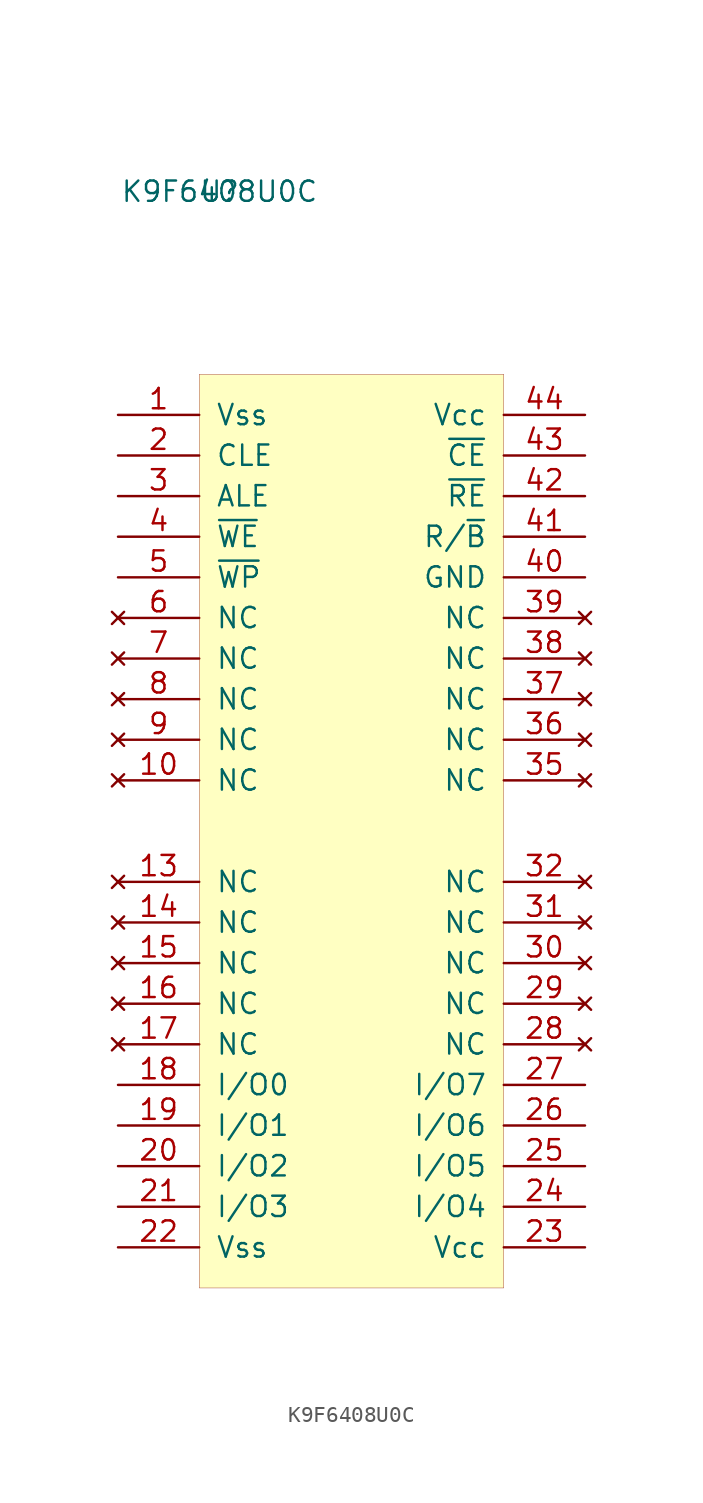
<source format=kicad_sym>
(kicad_symbol_lib
  (version 20220914)
  (generator kicad_symbol_editor)
  (symbol "K9F6408U0C"
    (pin_names
      (offset 1.016))
    (property "Reference" "U"
      (at 0 29.21 0)
      (effects (font (size 1.27 1.27))))
    (property "Value" "K9F6408U0C"
      (at 0 29.21 0)
      (effects (font (size 1.27 1.27))))
    (symbol "K9F6408U0C_0_1"
      (rectangle (start -1.27 17.78) (end 17.78 -39.37) (stroke (width 0.001) (type default)) (fill (type background))))
    (symbol "K9F6408U0C_1_1"
      (pin passive line (at -6.35 15.24 0) (length 5.08) (name "Vss" (effects (font (size 1.27 1.27)))) (number "1" (effects (font (size 1.27 1.27)))))
      (pin no_connect line (at -6.35 -7.62 0) (length 5.08) (name "NC" (effects (font (size 1.27 1.27)))) (number "10" (effects (font (size 1.27 1.27)))))
      (pin no_connect line (at -6.35 -13.97 0) (length 5.08) (name "NC" (effects (font (size 1.27 1.27)))) (number "13" (effects (font (size 1.27 1.27)))))
      (pin no_connect line (at -6.35 -16.51 0) (length 5.08) (name "NC" (effects (font (size 1.27 1.27)))) (number "14" (effects (font (size 1.27 1.27)))))
      (pin no_connect line (at -6.35 -19.05 0) (length 5.08) (name "NC" (effects (font (size 1.27 1.27)))) (number "15" (effects (font (size 1.27 1.27)))))
      (pin no_connect line (at -6.35 -21.59 0) (length 5.08) (name "NC" (effects (font (size 1.27 1.27)))) (number "16" (effects (font (size 1.27 1.27)))))
      (pin no_connect line (at -6.35 -24.13 0) (length 5.08) (name "NC" (effects (font (size 1.27 1.27)))) (number "17" (effects (font (size 1.27 1.27)))))
      (pin bidirectional line (at -6.35 -26.67 0) (length 5.08) (name "I/O0" (effects (font (size 1.27 1.27)))) (number "18" (effects (font (size 1.27 1.27)))))
      (pin bidirectional line (at -6.35 -29.21 0) (length 5.08) (name "I/O1" (effects (font (size 1.27 1.27)))) (number "19" (effects (font (size 1.27 1.27)))))
      (pin input line (at -6.35 12.7 0) (length 5.08) (name "CLE" (effects (font (size 1.27 1.27)))) (number "2" (effects (font (size 1.27 1.27)))))
      (pin bidirectional line (at -6.35 -31.75 0) (length 5.08) (name "I/O2" (effects (font (size 1.27 1.27)))) (number "20" (effects (font (size 1.27 1.27)))))
      (pin bidirectional line (at -6.35 -34.29 0) (length 5.08) (name "I/O3" (effects (font (size 1.27 1.27)))) (number "21" (effects (font (size 1.27 1.27)))))
      (pin passive line (at -6.35 -36.83 0) (length 5.08) (name "Vss" (effects (font (size 1.27 1.27)))) (number "22" (effects (font (size 1.27 1.27)))))
      (pin power_in line (at 22.86 -36.83 180) (length 5.08) (name "Vcc" (effects (font (size 1.27 1.27)))) (number "23" (effects (font (size 1.27 1.27)))))
      (pin bidirectional line (at 22.86 -34.29 180) (length 5.08) (name "I/O4" (effects (font (size 1.27 1.27)))) (number "24" (effects (font (size 1.27 1.27)))))
      (pin bidirectional line (at 22.86 -31.75 180) (length 5.08) (name "I/O5" (effects (font (size 1.27 1.27)))) (number "25" (effects (font (size 1.27 1.27)))))
      (pin bidirectional line (at 22.86 -29.21 180) (length 5.08) (name "I/O6" (effects (font (size 1.27 1.27)))) (number "26" (effects (font (size 1.27 1.27)))))
      (pin bidirectional line (at 22.86 -26.67 180) (length 5.08) (name "I/O7" (effects (font (size 1.27 1.27)))) (number "27" (effects (font (size 1.27 1.27)))))
      (pin no_connect line (at 22.86 -24.13 180) (length 5.08) (name "NC" (effects (font (size 1.27 1.27)))) (number "28" (effects (font (size 1.27 1.27)))))
      (pin no_connect line (at 22.86 -21.59 180) (length 5.08) (name "NC" (effects (font (size 1.27 1.27)))) (number "29" (effects (font (size 1.27 1.27)))))
      (pin input line (at -6.35 10.16 0) (length 5.08) (name "ALE" (effects (font (size 1.27 1.27)))) (number "3" (effects (font (size 1.27 1.27)))))
      (pin no_connect line (at 22.86 -19.05 180) (length 5.08) (name "NC" (effects (font (size 1.27 1.27)))) (number "30" (effects (font (size 1.27 1.27)))))
      (pin no_connect line (at 22.86 -16.51 180) (length 5.08) (name "NC" (effects (font (size 1.27 1.27)))) (number "31" (effects (font (size 1.27 1.27)))))
      (pin no_connect line (at 22.86 -13.97 180) (length 5.08) (name "NC" (effects (font (size 1.27 1.27)))) (number "32" (effects (font (size 1.27 1.27)))))
      (pin no_connect line (at 22.86 -7.62 180) (length 5.08) (name "NC" (effects (font (size 1.27 1.27)))) (number "35" (effects (font (size 1.27 1.27)))))
      (pin no_connect line (at 22.86 -5.08 180) (length 5.08) (name "NC" (effects (font (size 1.27 1.27)))) (number "36" (effects (font (size 1.27 1.27)))))
      (pin no_connect line (at 22.86 -2.54 180) (length 5.08) (name "NC" (effects (font (size 1.27 1.27)))) (number "37" (effects (font (size 1.27 1.27)))))
      (pin no_connect line (at 22.86 0 180) (length 5.08) (name "NC" (effects (font (size 1.27 1.27)))) (number "38" (effects (font (size 1.27 1.27)))))
      (pin no_connect line (at 22.86 2.54 180) (length 5.08) (name "NC" (effects (font (size 1.27 1.27)))) (number "39" (effects (font (size 1.27 1.27)))))
      (pin input line (at -6.35 7.62 0) (length 5.08) (name "~{WE}" (effects (font (size 1.27 1.27)))) (number "4" (effects (font (size 1.27 1.27)))))
      (pin passive line (at 22.86 5.08 180) (length 5.08) (name "GND" (effects (font (size 1.27 1.27)))) (number "40" (effects (font (size 1.27 1.27)))))
      (pin input line (at 22.86 7.62 180) (length 5.08) (name "R/~{B}" (effects (font (size 1.27 1.27)))) (number "41" (effects (font (size 1.27 1.27)))))
      (pin input line (at 22.86 10.16 180) (length 5.08) (name "~{RE}" (effects (font (size 1.27 1.27)))) (number "42" (effects (font (size 1.27 1.27)))))
      (pin input line (at 22.86 12.7 180) (length 5.08) (name "~{CE}" (effects (font (size 1.27 1.27)))) (number "43" (effects (font (size 1.27 1.27)))))
      (pin power_in line (at 22.86 15.24 180) (length 5.08) (name "Vcc" (effects (font (size 1.27 1.27)))) (number "44" (effects (font (size 1.27 1.27)))))
      (pin input line (at -6.35 5.08 0) (length 5.08) (name "~{WP}" (effects (font (size 1.27 1.27)))) (number "5" (effects (font (size 1.27 1.27)))))
      (pin no_connect line (at -6.35 2.54 0) (length 5.08) (name "NC" (effects (font (size 1.27 1.27)))) (number "6" (effects (font (size 1.27 1.27)))))
      (pin no_connect line (at -6.35 0 0) (length 5.08) (name "NC" (effects (font (size 1.27 1.27)))) (number "7" (effects (font (size 1.27 1.27)))))
      (pin no_connect line (at -6.35 -2.54 0) (length 5.08) (name "NC" (effects (font (size 1.27 1.27)))) (number "8" (effects (font (size 1.27 1.27)))))
      (pin no_connect line (at -6.35 -5.08 0) (length 5.08) (name "NC" (effects (font (size 1.27 1.27)))) (number "9" (effects (font (size 1.27 1.27))))))))
</source>
